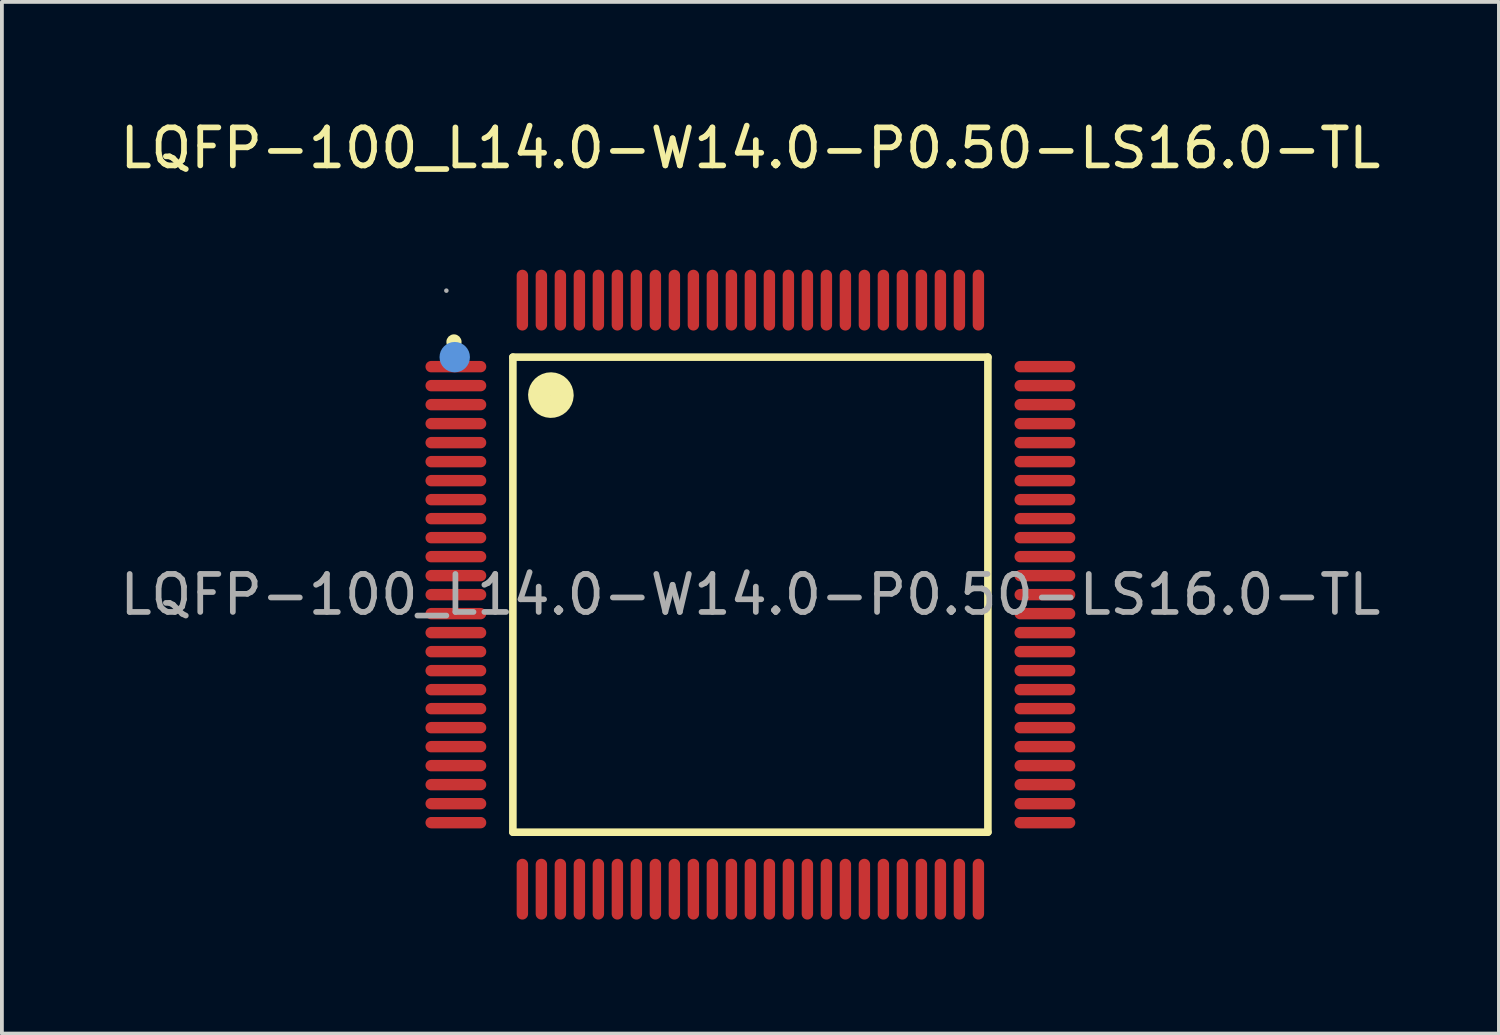
<source format=kicad_pcb>
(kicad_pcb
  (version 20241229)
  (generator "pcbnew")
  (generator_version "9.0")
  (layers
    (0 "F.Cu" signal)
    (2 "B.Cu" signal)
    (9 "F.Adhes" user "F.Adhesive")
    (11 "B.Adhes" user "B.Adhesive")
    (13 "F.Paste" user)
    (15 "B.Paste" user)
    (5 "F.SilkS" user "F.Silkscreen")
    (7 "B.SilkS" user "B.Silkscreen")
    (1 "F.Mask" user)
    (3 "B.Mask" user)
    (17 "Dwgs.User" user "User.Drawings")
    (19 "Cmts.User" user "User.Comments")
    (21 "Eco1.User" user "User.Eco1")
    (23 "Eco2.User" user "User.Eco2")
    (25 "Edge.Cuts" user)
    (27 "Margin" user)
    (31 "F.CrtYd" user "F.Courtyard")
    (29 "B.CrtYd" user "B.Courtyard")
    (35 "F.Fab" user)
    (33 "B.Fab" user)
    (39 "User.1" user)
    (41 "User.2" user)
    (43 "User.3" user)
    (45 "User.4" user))
  (footprint "LQFP-100_L14.0-W14.0-P0.50-LS16.0-TL"
    (layer "F.Cu")
    (at 16.696 12.598)
    (property "Reference" "LQFP-100_L14.0-W14.0-P0.50-LS16.0-TL" (at 0 -11.75 0) (layer "F.SilkS") (effects (font (size 1 1) (thickness 0.15))))
    (attr through_hole)
    (fp_line (start -6.25 -6.25) (end -6.25 6.25) (stroke (width 0.2) (type solid)) (layer "F.SilkS"))
    (fp_line (start -6.25 6.25) (end 6.25 6.25) (stroke (width 0.2) (type solid)) (layer "F.SilkS"))
    (fp_line (start 6.25 -6.25) (end -6.25 -6.25) (stroke (width 0.2) (type solid)) (layer "F.SilkS"))
    (fp_line (start 6.25 6.25) (end 6.25 -6.25) (stroke (width 0.2) (type solid)) (layer "F.SilkS"))
    (fp_arc (start -7.8 -6.65) (mid -7.8 -6.65) (end -7.8 -6.65) (stroke (width 0.2) (type solid)) (layer "F.SilkS"))
    (fp_arc (start -4.95 -5.24) (mid -5.550125 -5.254999) (end -4.949833 -5.250004) (stroke (width 0.6) (type solid)) (layer "F.SilkS"))
    (fp_circle (center -7.78 -6.25) (end -7.58 -6.25) (stroke (width 0.4) (type solid)) (fill no) (layer "Cmts.User"))
    (fp_circle (center -8 -8) (end -7.97 -8) (stroke (width 0.06) (type solid)) (fill no) (layer "F.Fab"))
    (fp_text user "${REFERENCE}" (at 0 0 0) (layer "F.Fab") (effects (font (size 1 1) (thickness 0.15))))
    (pad "1" smd oval (at -7.75 -6 90) (size 0.3 1.6) (layers "F.Cu" "F.Mask" "F.Paste"))
    (pad "2" smd oval (at -7.75 -5.5 90) (size 0.3 1.6) (layers "F.Cu" "F.Mask" "F.Paste"))
    (pad "3" smd oval (at -7.75 -5 90) (size 0.3 1.6) (layers "F.Cu" "F.Mask" "F.Paste"))
    (pad "4" smd oval (at -7.75 -4.5 90) (size 0.3 1.6) (layers "F.Cu" "F.Mask" "F.Paste"))
    (pad "5" smd oval (at -7.75 -4 90) (size 0.3 1.6) (layers "F.Cu" "F.Mask" "F.Paste"))
    (pad "6" smd oval (at -7.75 -3.5 90) (size 0.3 1.6) (layers "F.Cu" "F.Mask" "F.Paste"))
    (pad "7" smd oval (at -7.75 -3 90) (size 0.3 1.6) (layers "F.Cu" "F.Mask" "F.Paste"))
    (pad "8" smd oval (at -7.75 -2.5 90) (size 0.3 1.6) (layers "F.Cu" "F.Mask" "F.Paste"))
    (pad "9" smd oval (at -7.75 -2 90) (size 0.3 1.6) (layers "F.Cu" "F.Mask" "F.Paste"))
    (pad "10" smd oval (at -7.75 -1.5 90) (size 0.3 1.6) (layers "F.Cu" "F.Mask" "F.Paste"))
    (pad "11" smd oval (at -7.75 -1 90) (size 0.3 1.6) (layers "F.Cu" "F.Mask" "F.Paste"))
    (pad "12" smd oval (at -7.75 -0.5 90) (size 0.3 1.6) (layers "F.Cu" "F.Mask" "F.Paste"))
    (pad "13" smd oval (at -7.75 0 90) (size 0.3 1.6) (layers "F.Cu" "F.Mask" "F.Paste"))
    (pad "14" smd oval (at -7.75 0.5 90) (size 0.3 1.6) (layers "F.Cu" "F.Mask" "F.Paste"))
    (pad "15" smd oval (at -7.75 1 90) (size 0.3 1.6) (layers "F.Cu" "F.Mask" "F.Paste"))
    (pad "16" smd oval (at -7.75 1.5 90) (size 0.3 1.6) (layers "F.Cu" "F.Mask" "F.Paste"))
    (pad "17" smd oval (at -7.75 2 90) (size 0.3 1.6) (layers "F.Cu" "F.Mask" "F.Paste"))
    (pad "18" smd oval (at -7.75 2.5 90) (size 0.3 1.6) (layers "F.Cu" "F.Mask" "F.Paste"))
    (pad "19" smd oval (at -7.75 3 90) (size 0.3 1.6) (layers "F.Cu" "F.Mask" "F.Paste"))
    (pad "20" smd oval (at -7.75 3.5 90) (size 0.3 1.6) (layers "F.Cu" "F.Mask" "F.Paste"))
    (pad "21" smd oval (at -7.75 4 90) (size 0.3 1.6) (layers "F.Cu" "F.Mask" "F.Paste"))
    (pad "22" smd oval (at -7.75 4.5 90) (size 0.3 1.6) (layers "F.Cu" "F.Mask" "F.Paste"))
    (pad "23" smd oval (at -7.75 5 90) (size 0.3 1.6) (layers "F.Cu" "F.Mask" "F.Paste"))
    (pad "24" smd oval (at -7.75 5.5 90) (size 0.3 1.6) (layers "F.Cu" "F.Mask" "F.Paste"))
    (pad "25" smd oval (at -7.75 6 90) (size 0.3 1.6) (layers "F.Cu" "F.Mask" "F.Paste"))
    (pad "26" smd oval (at -6 7.75) (size 0.3 1.6) (layers "F.Cu" "F.Mask" "F.Paste"))
    (pad "27" smd oval (at -5.5 7.75) (size 0.3 1.6) (layers "F.Cu" "F.Mask" "F.Paste"))
    (pad "28" smd oval (at -5 7.75) (size 0.3 1.6) (layers "F.Cu" "F.Mask" "F.Paste"))
    (pad "29" smd oval (at -4.5 7.75) (size 0.3 1.6) (layers "F.Cu" "F.Mask" "F.Paste"))
    (pad "30" smd oval (at -4 7.75) (size 0.3 1.6) (layers "F.Cu" "F.Mask" "F.Paste"))
    (pad "31" smd oval (at -3.5 7.75) (size 0.3 1.6) (layers "F.Cu" "F.Mask" "F.Paste"))
    (pad "32" smd oval (at -3 7.75) (size 0.3 1.6) (layers "F.Cu" "F.Mask" "F.Paste"))
    (pad "33" smd oval (at -2.5 7.75) (size 0.3 1.6) (layers "F.Cu" "F.Mask" "F.Paste"))
    (pad "34" smd oval (at -2 7.75) (size 0.3 1.6) (layers "F.Cu" "F.Mask" "F.Paste"))
    (pad "35" smd oval (at -1.5 7.75) (size 0.3 1.6) (layers "F.Cu" "F.Mask" "F.Paste"))
    (pad "36" smd oval (at -1 7.75) (size 0.3 1.6) (layers "F.Cu" "F.Mask" "F.Paste"))
    (pad "37" smd oval (at -0.5 7.75) (size 0.3 1.6) (layers "F.Cu" "F.Mask" "F.Paste"))
    (pad "38" smd oval (at 0 7.75) (size 0.3 1.6) (layers "F.Cu" "F.Mask" "F.Paste"))
    (pad "39" smd oval (at 0.5 7.75) (size 0.3 1.6) (layers "F.Cu" "F.Mask" "F.Paste"))
    (pad "40" smd oval (at 1 7.75) (size 0.3 1.6) (layers "F.Cu" "F.Mask" "F.Paste"))
    (pad "41" smd oval (at 1.5 7.75) (size 0.3 1.6) (layers "F.Cu" "F.Mask" "F.Paste"))
    (pad "42" smd oval (at 2 7.75) (size 0.3 1.6) (layers "F.Cu" "F.Mask" "F.Paste"))
    (pad "43" smd oval (at 2.5 7.75) (size 0.3 1.6) (layers "F.Cu" "F.Mask" "F.Paste"))
    (pad "44" smd oval (at 3 7.75) (size 0.3 1.6) (layers "F.Cu" "F.Mask" "F.Paste"))
    (pad "45" smd oval (at 3.5 7.75) (size 0.3 1.6) (layers "F.Cu" "F.Mask" "F.Paste"))
    (pad "46" smd oval (at 4 7.75) (size 0.3 1.6) (layers "F.Cu" "F.Mask" "F.Paste"))
    (pad "47" smd oval (at 4.5 7.75) (size 0.3 1.6) (layers "F.Cu" "F.Mask" "F.Paste"))
    (pad "48" smd oval (at 5 7.75) (size 0.3 1.6) (layers "F.Cu" "F.Mask" "F.Paste"))
    (pad "49" smd oval (at 5.5 7.75) (size 0.3 1.6) (layers "F.Cu" "F.Mask" "F.Paste"))
    (pad "50" smd oval (at 6 7.75) (size 0.3 1.6) (layers "F.Cu" "F.Mask" "F.Paste"))
    (pad "51" smd oval (at 7.75 6 90) (size 0.3 1.6) (layers "F.Cu" "F.Mask" "F.Paste"))
    (pad "52" smd oval (at 7.75 5.5 90) (size 0.3 1.6) (layers "F.Cu" "F.Mask" "F.Paste"))
    (pad "53" smd oval (at 7.75 5 90) (size 0.3 1.6) (layers "F.Cu" "F.Mask" "F.Paste"))
    (pad "54" smd oval (at 7.75 4.5 90) (size 0.3 1.6) (layers "F.Cu" "F.Mask" "F.Paste"))
    (pad "55" smd oval (at 7.75 4 90) (size 0.3 1.6) (layers "F.Cu" "F.Mask" "F.Paste"))
    (pad "56" smd oval (at 7.75 3.5 90) (size 0.3 1.6) (layers "F.Cu" "F.Mask" "F.Paste"))
    (pad "57" smd oval (at 7.75 3 90) (size 0.3 1.6) (layers "F.Cu" "F.Mask" "F.Paste"))
    (pad "58" smd oval (at 7.75 2.5 90) (size 0.3 1.6) (layers "F.Cu" "F.Mask" "F.Paste"))
    (pad "59" smd oval (at 7.75 2 90) (size 0.3 1.6) (layers "F.Cu" "F.Mask" "F.Paste"))
    (pad "60" smd oval (at 7.75 1.5 90) (size 0.3 1.6) (layers "F.Cu" "F.Mask" "F.Paste"))
    (pad "61" smd oval (at 7.75 1 90) (size 0.3 1.6) (layers "F.Cu" "F.Mask" "F.Paste"))
    (pad "62" smd oval (at 7.75 0.5 90) (size 0.3 1.6) (layers "F.Cu" "F.Mask" "F.Paste"))
    (pad "63" smd oval (at 7.75 0 90) (size 0.3 1.6) (layers "F.Cu" "F.Mask" "F.Paste"))
    (pad "64" smd oval (at 7.75 -0.5 90) (size 0.3 1.6) (layers "F.Cu" "F.Mask" "F.Paste"))
    (pad "65" smd oval (at 7.75 -1 90) (size 0.3 1.6) (layers "F.Cu" "F.Mask" "F.Paste"))
    (pad "66" smd oval (at 7.75 -1.5 90) (size 0.3 1.6) (layers "F.Cu" "F.Mask" "F.Paste"))
    (pad "67" smd oval (at 7.75 -2 90) (size 0.3 1.6) (layers "F.Cu" "F.Mask" "F.Paste"))
    (pad "68" smd oval (at 7.75 -2.5 90) (size 0.3 1.6) (layers "F.Cu" "F.Mask" "F.Paste"))
    (pad "69" smd oval (at 7.75 -3 90) (size 0.3 1.6) (layers "F.Cu" "F.Mask" "F.Paste"))
    (pad "70" smd oval (at 7.75 -3.5 90) (size 0.3 1.6) (layers "F.Cu" "F.Mask" "F.Paste"))
    (pad "71" smd oval (at 7.75 -4 90) (size 0.3 1.6) (layers "F.Cu" "F.Mask" "F.Paste"))
    (pad "72" smd oval (at 7.75 -4.5 90) (size 0.3 1.6) (layers "F.Cu" "F.Mask" "F.Paste"))
    (pad "73" smd oval (at 7.75 -5 90) (size 0.3 1.6) (layers "F.Cu" "F.Mask" "F.Paste"))
    (pad "74" smd oval (at 7.75 -5.5 90) (size 0.3 1.6) (layers "F.Cu" "F.Mask" "F.Paste"))
    (pad "75" smd oval (at 7.75 -6 90) (size 0.3 1.6) (layers "F.Cu" "F.Mask" "F.Paste"))
    (pad "76" smd oval (at 6 -7.75) (size 0.3 1.6) (layers "F.Cu" "F.Mask" "F.Paste"))
    (pad "77" smd oval (at 5.5 -7.75) (size 0.3 1.6) (layers "F.Cu" "F.Mask" "F.Paste"))
    (pad "78" smd oval (at 5 -7.75) (size 0.3 1.6) (layers "F.Cu" "F.Mask" "F.Paste"))
    (pad "79" smd oval (at 4.5 -7.75) (size 0.3 1.6) (layers "F.Cu" "F.Mask" "F.Paste"))
    (pad "80" smd oval (at 4 -7.75) (size 0.3 1.6) (layers "F.Cu" "F.Mask" "F.Paste"))
    (pad "81" smd oval (at 3.5 -7.75) (size 0.3 1.6) (layers "F.Cu" "F.Mask" "F.Paste"))
    (pad "82" smd oval (at 3 -7.75) (size 0.3 1.6) (layers "F.Cu" "F.Mask" "F.Paste"))
    (pad "83" smd oval (at 2.5 -7.75) (size 0.3 1.6) (layers "F.Cu" "F.Mask" "F.Paste"))
    (pad "84" smd oval (at 2 -7.75) (size 0.3 1.6) (layers "F.Cu" "F.Mask" "F.Paste"))
    (pad "85" smd oval (at 1.5 -7.75) (size 0.3 1.6) (layers "F.Cu" "F.Mask" "F.Paste"))
    (pad "86" smd oval (at 1 -7.75) (size 0.3 1.6) (layers "F.Cu" "F.Mask" "F.Paste"))
    (pad "87" smd oval (at 0.5 -7.75) (size 0.3 1.6) (layers "F.Cu" "F.Mask" "F.Paste"))
    (pad "88" smd oval (at 0 -7.75) (size 0.3 1.6) (layers "F.Cu" "F.Mask" "F.Paste"))
    (pad "89" smd oval (at -0.5 -7.75) (size 0.3 1.6) (layers "F.Cu" "F.Mask" "F.Paste"))
    (pad "90" smd oval (at -1 -7.75) (size 0.3 1.6) (layers "F.Cu" "F.Mask" "F.Paste"))
    (pad "91" smd oval (at -1.5 -7.75) (size 0.3 1.6) (layers "F.Cu" "F.Mask" "F.Paste"))
    (pad "92" smd oval (at -2 -7.75) (size 0.3 1.6) (layers "F.Cu" "F.Mask" "F.Paste"))
    (pad "93" smd oval (at -2.5 -7.75) (size 0.3 1.6) (layers "F.Cu" "F.Mask" "F.Paste"))
    (pad "94" smd oval (at -3 -7.75) (size 0.3 1.6) (layers "F.Cu" "F.Mask" "F.Paste"))
    (pad "95" smd oval (at -3.5 -7.75) (size 0.3 1.6) (layers "F.Cu" "F.Mask" "F.Paste"))
    (pad "96" smd oval (at -4 -7.75) (size 0.3 1.6) (layers "F.Cu" "F.Mask" "F.Paste"))
    (pad "97" smd oval (at -4.5 -7.75) (size 0.3 1.6) (layers "F.Cu" "F.Mask" "F.Paste"))
    (pad "98" smd oval (at -5 -7.75) (size 0.3 1.6) (layers "F.Cu" "F.Mask" "F.Paste"))
    (pad "99" smd oval (at -5.5 -7.75) (size 0.3 1.6) (layers "F.Cu" "F.Mask" "F.Paste"))
    (pad "100" smd oval (at -6 -7.75) (size 0.3 1.6) (layers "F.Cu" "F.Mask" "F.Paste")))
  (gr_rect
    (start -3 -3)
    (end 36.393 24.148)
    (stroke (width 0.1) (type default))
    (fill no)
    (layer "Edge.Cuts")))
</source>
